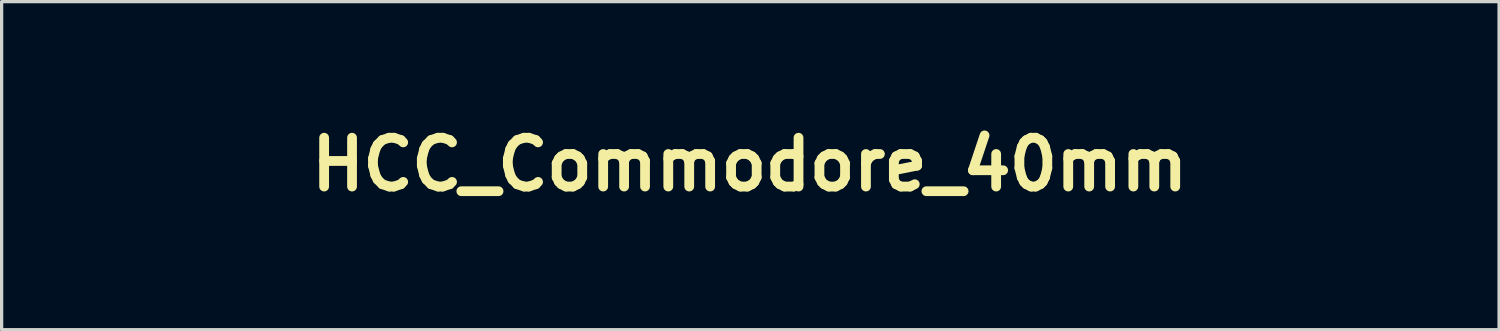
<source format=kicad_pcb>
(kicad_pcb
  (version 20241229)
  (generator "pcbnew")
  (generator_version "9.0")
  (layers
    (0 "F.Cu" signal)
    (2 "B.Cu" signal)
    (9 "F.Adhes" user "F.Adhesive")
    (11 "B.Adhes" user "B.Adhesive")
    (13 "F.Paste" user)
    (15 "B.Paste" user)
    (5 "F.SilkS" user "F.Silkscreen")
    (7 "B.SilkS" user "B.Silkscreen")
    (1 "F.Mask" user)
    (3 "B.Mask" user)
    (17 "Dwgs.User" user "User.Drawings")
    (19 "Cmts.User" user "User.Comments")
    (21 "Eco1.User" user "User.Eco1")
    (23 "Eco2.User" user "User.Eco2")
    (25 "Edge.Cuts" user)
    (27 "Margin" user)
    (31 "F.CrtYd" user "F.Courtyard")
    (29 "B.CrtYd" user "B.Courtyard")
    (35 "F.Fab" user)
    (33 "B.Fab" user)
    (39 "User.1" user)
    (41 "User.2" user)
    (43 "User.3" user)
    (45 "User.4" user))
  (footprint "HCC_Commodore_40mm"
    (layer "F.Cu")
    (at 19.978 2.002)
    (property "Reference" "HCC_Commodore_40mm" (at 0 0 0) (layer "F.SilkS") (effects (font (size 1.5 1.5) (thickness 0.3))))
    (attr board_only exclude_from_pos_files exclude_from_bom)
    (fp_poly (pts (xy 17.1 -0.5) (xy 17.096 -0.376) (xy 17.078 -0.314) (xy 17.037 -0.293) (xy 17.011 -0.292) (xy 16.816 -0.26) (xy 16.616 -0.177) (xy 16.454 -0.06) (xy 16.452 -0.058) (xy 16.379 0.027) (xy 16.323 0.126) (xy 16.282 0.251) (xy 16.254 0.414) (xy 16.236 0.625) (xy 16.227 0.897) (xy 16.224 1.228) (xy 16.224 2.002) (xy 16.016 2.002) (xy 15.807 2.002) (xy 15.807 0.667) (xy 15.807 -0.667) (xy 16.016 -0.667) (xy 16.139 -0.665) (xy 16.201 -0.648) (xy 16.222 -0.604) (xy 16.224 -0.545) (xy 16.224 -0.423) (xy 16.462 -0.566) (xy 16.63 -0.655) (xy 16.773 -0.699) (xy 16.9 -0.709) (xy 17.1 -0.709)) (stroke (width 0) (type solid)) (fill yes) (layer "F.Mask"))
    (fp_poly (pts (xy -19.311 -1.351) (xy -19.31 -1.105) (xy -19.307 -0.931) (xy -19.301 -0.818) (xy -19.29 -0.754) (xy -19.273 -0.727) (xy -19.248 -0.727) (xy -19.238 -0.731) (xy -19.017 -0.815) (xy -18.835 -0.86) (xy -18.664 -0.87) (xy -18.601 -0.867) (xy -18.333 -0.816) (xy -18.092 -0.707) (xy -17.899 -0.552) (xy -17.847 -0.488) (xy -17.77 -0.372) (xy -17.711 -0.254) (xy -17.667 -0.12) (xy -17.636 0.042) (xy -17.616 0.244) (xy -17.605 0.499) (xy -17.601 0.82) (xy -17.601 0.967) (xy -17.601 1.835) (xy -17.931 1.835) (xy -18.261 1.835) (xy -18.275 0.97) (xy -18.281 0.649) (xy -18.291 0.401) (xy -18.307 0.214) (xy -18.331 0.079) (xy -18.366 -0.017) (xy -18.416 -0.083) (xy -18.482 -0.13) (xy -18.563 -0.168) (xy -18.716 -0.2) (xy -18.889 -0.189) (xy -19.044 -0.141) (xy -19.111 -0.097) (xy -19.177 -0.03) (xy -19.226 0.049) (xy -19.262 0.15) (xy -19.286 0.287) (xy -19.301 0.47) (xy -19.309 0.713) (xy -19.311 1.026) (xy -19.311 1.041) (xy -19.311 1.835) (xy -19.644 1.835) (xy -19.978 1.835) (xy -19.978 -0.083) (xy -19.978 -2.002) (xy -19.644 -2.002) (xy -19.311 -2.002)) (stroke (width 0) (type solid)) (fill yes) (layer "F.Mask"))
    (fp_poly (pts (xy 7.862 -0.69) (xy 8.103 -0.625) (xy 8.316 -0.506) (xy 8.512 -0.336) (xy 8.721 -0.072) (xy 8.859 0.225) (xy 8.927 0.543) (xy 8.922 0.869) (xy 8.845 1.188) (xy 8.695 1.489) (xy 8.638 1.57) (xy 8.436 1.771) (xy 8.182 1.926) (xy 7.896 2.028) (xy 7.599 2.07) (xy 7.311 2.045) (xy 7.255 2.031) (xy 6.963 1.907) (xy 6.701 1.714) (xy 6.486 1.466) (xy 6.366 1.256) (xy 6.299 1.036) (xy 6.271 0.772) (xy 6.274 0.679) (xy 6.715 0.679) (xy 6.753 0.97) (xy 6.862 1.224) (xy 7.039 1.434) (xy 7.278 1.592) (xy 7.491 1.651) (xy 7.725 1.647) (xy 7.951 1.581) (xy 8.054 1.525) (xy 8.259 1.343) (xy 8.401 1.12) (xy 8.477 0.87) (xy 8.488 0.608) (xy 8.432 0.348) (xy 8.307 0.104) (xy 8.181 -0.047) (xy 7.976 -0.214) (xy 7.769 -0.301) (xy 7.547 -0.313) (xy 7.425 -0.292) (xy 7.186 -0.194) (xy 6.987 -0.031) (xy 6.836 0.185) (xy 6.742 0.44) (xy 6.715 0.679) (xy 6.274 0.679) (xy 6.281 0.496) (xy 6.329 0.237) (xy 6.385 0.082) (xy 6.544 -0.193) (xy 6.739 -0.403) (xy 6.986 -0.566) (xy 7.016 -0.582) (xy 7.18 -0.655) (xy 7.323 -0.694) (xy 7.489 -0.708) (xy 7.569 -0.709)) (stroke (width 0) (type solid)) (fill yes) (layer "F.Mask"))
    (fp_poly (pts (xy 14.175 -0.685) (xy 14.435 -0.608) (xy 14.666 -0.47) (xy 14.762 -0.39) (xy 14.979 -0.149) (xy 15.124 0.126) (xy 15.202 0.445) (xy 15.215 0.585) (xy 15.206 0.922) (xy 15.134 1.218) (xy 14.993 1.489) (xy 14.936 1.568) (xy 14.734 1.771) (xy 14.48 1.927) (xy 14.193 2.029) (xy 13.895 2.07) (xy 13.607 2.045) (xy 13.553 2.031) (xy 13.261 1.907) (xy 12.999 1.714) (xy 12.784 1.466) (xy 12.664 1.256) (xy 12.597 1.036) (xy 12.568 0.772) (xy 12.572 0.679) (xy 13.013 0.679) (xy 13.051 0.97) (xy 13.16 1.224) (xy 13.337 1.434) (xy 13.576 1.592) (xy 13.789 1.651) (xy 14.023 1.647) (xy 14.249 1.581) (xy 14.352 1.525) (xy 14.557 1.343) (xy 14.698 1.12) (xy 14.775 0.87) (xy 14.786 0.608) (xy 14.729 0.348) (xy 14.605 0.104) (xy 14.479 -0.047) (xy 14.274 -0.214) (xy 14.067 -0.301) (xy 13.844 -0.313) (xy 13.723 -0.292) (xy 13.484 -0.194) (xy 13.285 -0.031) (xy 13.133 0.185) (xy 13.04 0.44) (xy 13.013 0.679) (xy 12.572 0.679) (xy 12.579 0.496) (xy 12.627 0.237) (xy 12.683 0.082) (xy 12.842 -0.193) (xy 13.037 -0.403) (xy 13.284 -0.566) (xy 13.314 -0.582) (xy 13.478 -0.655) (xy 13.621 -0.694) (xy 13.787 -0.708) (xy 13.867 -0.709)) (stroke (width 0) (type solid)) (fill yes) (layer "F.Mask"))
    (fp_poly (pts (xy 12.012 0.083) (xy 12.012 2.002) (xy 11.782 2.002) (xy 11.553 2.002) (xy 11.553 1.811) (xy 11.553 1.62) (xy 11.423 1.75) (xy 11.202 1.917) (xy 10.94 2.027) (xy 10.66 2.076) (xy 10.385 2.057) (xy 10.281 2.03) (xy 9.964 1.885) (xy 9.707 1.683) (xy 9.51 1.424) (xy 9.378 1.116) (xy 9.314 0.777) (xy 9.317 0.688) (xy 9.761 0.688) (xy 9.796 0.977) (xy 9.903 1.227) (xy 10.05 1.411) (xy 10.262 1.569) (xy 10.499 1.654) (xy 10.748 1.661) (xy 10.96 1.604) (xy 11.186 1.465) (xy 11.372 1.26) (xy 11.441 1.147) (xy 11.503 0.968) (xy 11.531 0.749) (xy 11.525 0.523) (xy 11.484 0.324) (xy 11.453 0.25) (xy 11.306 0.033) (xy 11.12 -0.142) (xy 10.917 -0.256) (xy 10.874 -0.271) (xy 10.623 -0.306) (xy 10.387 -0.267) (xy 10.175 -0.161) (xy 9.997 0.003) (xy 9.862 0.217) (xy 9.781 0.472) (xy 9.761 0.688) (xy 9.317 0.688) (xy 9.325 0.446) (xy 9.407 0.136) (xy 9.555 -0.144) (xy 9.766 -0.383) (xy 10.034 -0.568) (xy 10.061 -0.582) (xy 10.225 -0.655) (xy 10.368 -0.694) (xy 10.534 -0.707) (xy 10.611 -0.708) (xy 10.891 -0.684) (xy 11.127 -0.605) (xy 11.346 -0.463) (xy 11.399 -0.418) (xy 11.553 -0.283) (xy 11.553 -1.059) (xy 11.553 -1.835) (xy 11.782 -1.835) (xy 12.012 -1.835)) (stroke (width 0) (type solid)) (fill yes) (layer "F.Mask"))
    (fp_poly (pts (xy -10.319 -1.918) (xy -10.118 -1.835) (xy -10.099 -1.823) (xy -9.88 -1.634) (xy -9.727 -1.41) (xy -9.638 -1.164) (xy -9.614 -0.908) (xy -9.653 -0.655) (xy -9.755 -0.418) (xy -9.92 -0.211) (xy -10.146 -0.046) (xy -10.174 -0.031) (xy -10.43 0.058) (xy -10.701 0.085) (xy -10.962 0.047) (xy -11.074 0.005) (xy -11.307 -0.141) (xy -11.481 -0.332) (xy -11.493 -0.355) (xy -10.719 -0.355) (xy -10.699 -0.273) (xy -10.635 -0.25) (xy -10.57 -0.275) (xy -10.552 -0.355) (xy -10.572 -0.436) (xy -10.635 -0.459) (xy -10.701 -0.434) (xy -10.719 -0.355) (xy -11.493 -0.355) (xy -11.599 -0.557) (xy -11.659 -0.801) (xy -11.662 -1.052) (xy -11.651 -1.105) (xy -10.719 -1.105) (xy -10.718 -0.899) (xy -10.714 -0.762) (xy -10.704 -0.681) (xy -10.685 -0.64) (xy -10.656 -0.627) (xy -10.635 -0.626) (xy -10.6 -0.631) (xy -10.576 -0.655) (xy -10.562 -0.714) (xy -10.555 -0.82) (xy -10.552 -0.988) (xy -10.552 -1.105) (xy -10.553 -1.311) (xy -10.557 -1.448) (xy -10.567 -1.53) (xy -10.586 -1.57) (xy -10.615 -1.584) (xy -10.635 -1.585) (xy -10.671 -1.58) (xy -10.695 -1.555) (xy -10.709 -1.497) (xy -10.716 -1.391) (xy -10.719 -1.223) (xy -10.719 -1.105) (xy -11.651 -1.105) (xy -11.609 -1.297) (xy -11.5 -1.523) (xy -11.335 -1.716) (xy -11.114 -1.864) (xy -11.032 -1.9) (xy -10.807 -1.953) (xy -10.559 -1.958)) (stroke (width 0) (type solid)) (fill yes) (layer "F.Mask"))
    (fp_poly (pts (xy -7.153 -0.69) (xy -6.912 -0.625) (xy -6.699 -0.506) (xy -6.503 -0.337) (xy -6.384 -0.206) (xy -6.286 -0.078) (xy -6.227 0.022) (xy -6.224 0.031) (xy -6.177 0.167) (xy -6.398 0.167) (xy -6.52 0.163) (xy -6.608 0.141) (xy -6.69 0.089) (xy -6.793 -0.007) (xy -6.824 -0.037) (xy -7.027 -0.206) (xy -7.228 -0.297) (xy -7.441 -0.316) (xy -7.592 -0.292) (xy -7.836 -0.193) (xy -8.036 -0.029) (xy -8.186 0.187) (xy -8.276 0.445) (xy -8.299 0.677) (xy -8.263 0.975) (xy -8.158 1.227) (xy -7.987 1.431) (xy -7.751 1.583) (xy -7.73 1.592) (xy -7.507 1.65) (xy -7.274 1.643) (xy -7.051 1.576) (xy -6.86 1.455) (xy -6.722 1.29) (xy -6.675 1.221) (xy -6.618 1.184) (xy -6.525 1.17) (xy -6.413 1.168) (xy -6.284 1.173) (xy -6.197 1.186) (xy -6.173 1.199) (xy -6.193 1.249) (xy -6.243 1.348) (xy -6.3 1.452) (xy -6.479 1.683) (xy -6.713 1.867) (xy -6.987 1.996) (xy -7.282 2.065) (xy -7.583 2.066) (xy -7.76 2.031) (xy -8.052 1.907) (xy -8.313 1.714) (xy -8.529 1.466) (xy -8.648 1.256) (xy -8.716 1.036) (xy -8.744 0.772) (xy -8.734 0.496) (xy -8.686 0.237) (xy -8.629 0.082) (xy -8.471 -0.193) (xy -8.276 -0.403) (xy -8.029 -0.566) (xy -7.999 -0.582) (xy -7.835 -0.655) (xy -7.692 -0.694) (xy -7.526 -0.708) (xy -7.446 -0.709)) (stroke (width 0) (type solid)) (fill yes) (layer "F.Mask"))
    (fp_poly (pts (xy -12.91 -0.847) (xy -12.793 -0.818) (xy -12.53 -0.704) (xy -12.294 -0.532) (xy -12.102 -0.316) (xy -11.972 -0.075) (xy -11.95 -0.01) (xy -11.94 0.035) (xy -11.954 0.063) (xy -12.006 0.077) (xy -12.113 0.083) (xy -12.274 0.083) (xy -12.448 0.082) (xy -12.562 0.073) (xy -12.64 0.049) (xy -12.708 0.003) (xy -12.777 -0.059) (xy -12.966 -0.188) (xy -13.168 -0.241) (xy -13.369 -0.221) (xy -13.556 -0.131) (xy -13.716 0.025) (xy -13.81 0.186) (xy -13.874 0.411) (xy -13.872 0.638) (xy -13.811 0.852) (xy -13.699 1.038) (xy -13.545 1.183) (xy -13.355 1.272) (xy -13.196 1.293) (xy -13.072 1.268) (xy -12.928 1.207) (xy -12.796 1.126) (xy -12.711 1.043) (xy -12.711 1.042) (xy -12.676 1.002) (xy -12.62 0.977) (xy -12.524 0.964) (xy -12.371 0.96) (xy -12.291 0.959) (xy -12.116 0.96) (xy -12.009 0.965) (xy -11.956 0.979) (xy -11.941 1.006) (xy -11.95 1.05) (xy -11.951 1.053) (xy -12.032 1.24) (xy -12.158 1.433) (xy -12.301 1.595) (xy -12.333 1.622) (xy -12.563 1.764) (xy -12.841 1.859) (xy -13.141 1.901) (xy -13.439 1.888) (xy -13.589 1.856) (xy -13.894 1.73) (xy -14.149 1.543) (xy -14.349 1.303) (xy -14.488 1.019) (xy -14.561 0.703) (xy -14.562 0.361) (xy -14.55 0.277) (xy -14.461 -0.042) (xy -14.306 -0.319) (xy -14.097 -0.548) (xy -13.842 -0.721) (xy -13.553 -0.833) (xy -13.239 -0.877)) (stroke (width 0) (type solid)) (fill yes) (layer "F.Mask"))
    (fp_poly (pts (xy -15.69 -0.827) (xy -15.423 -0.755) (xy -15.201 -0.628) (xy -15.012 -0.439) (xy -14.9 -0.282) (xy -14.805 -0.122) (xy -14.765 -0.017) (xy -14.785 0.044) (xy -14.874 0.074) (xy -15.037 0.083) (xy -15.112 0.083) (xy -15.286 0.081) (xy -15.399 0.071) (xy -15.472 0.048) (xy -15.529 0.006) (xy -15.56 -0.025) (xy -15.739 -0.167) (xy -15.931 -0.235) (xy -16.123 -0.235) (xy -16.304 -0.172) (xy -16.462 -0.053) (xy -16.586 0.117) (xy -16.663 0.332) (xy -16.683 0.53) (xy -16.661 0.751) (xy -16.585 0.929) (xy -16.443 1.093) (xy -16.415 1.118) (xy -16.222 1.239) (xy -16.017 1.281) (xy -15.815 1.245) (xy -15.626 1.131) (xy -15.577 1.083) (xy -15.513 1.022) (xy -15.451 0.985) (xy -15.368 0.967) (xy -15.241 0.96) (xy -15.111 0.959) (xy -14.94 0.961) (xy -14.836 0.969) (xy -14.784 0.987) (xy -14.766 1.019) (xy -14.765 1.035) (xy -14.79 1.124) (xy -14.858 1.25) (xy -14.952 1.391) (xy -15.057 1.524) (xy -15.124 1.593) (xy -15.326 1.733) (xy -15.581 1.835) (xy -15.863 1.893) (xy -16.148 1.903) (xy -16.402 1.862) (xy -16.698 1.737) (xy -16.951 1.548) (xy -17.153 1.306) (xy -17.296 1.022) (xy -17.374 0.705) (xy -17.382 0.396) (xy -17.315 0.058) (xy -17.176 -0.242) (xy -16.968 -0.498) (xy -16.696 -0.703) (xy -16.63 -0.739) (xy -16.515 -0.794) (xy -16.411 -0.827) (xy -16.29 -0.845) (xy -16.127 -0.851) (xy -16.016 -0.851)) (stroke (width 0) (type solid)) (fill yes) (layer "F.Mask"))
    (fp_poly (pts (xy -4.17 -0.67) (xy -3.871 -0.557) (xy -3.612 -0.373) (xy -3.4 -0.122) (xy -3.313 0.029) (xy -3.254 0.154) (xy -3.218 0.264) (xy -3.199 0.385) (xy -3.191 0.546) (xy -3.191 0.667) (xy -3.194 0.87) (xy -3.207 1.018) (xy -3.236 1.139) (xy -3.284 1.261) (xy -3.3 1.297) (xy -3.475 1.578) (xy -3.705 1.803) (xy -3.941 1.945) (xy -4.168 2.021) (xy -4.422 2.062) (xy -4.667 2.064) (xy -4.807 2.042) (xy -5.12 1.923) (xy -5.388 1.735) (xy -5.603 1.484) (xy -5.709 1.297) (xy -5.763 1.17) (xy -5.796 1.051) (xy -5.812 0.914) (xy -5.818 0.729) (xy -5.818 0.667) (xy -5.816 0.564) (xy -5.373 0.564) (xy -5.373 0.734) (xy -5.329 1.022) (xy -5.225 1.255) (xy -5.058 1.44) (xy -4.885 1.552) (xy -4.664 1.641) (xy -4.46 1.661) (xy -4.247 1.611) (xy -4.146 1.568) (xy -3.931 1.425) (xy -3.766 1.226) (xy -3.657 0.986) (xy -3.611 0.721) (xy -3.632 0.446) (xy -3.667 0.316) (xy -3.779 0.102) (xy -3.95 -0.086) (xy -4.156 -0.225) (xy -4.281 -0.275) (xy -4.422 -0.311) (xy -4.53 -0.318) (xy -4.649 -0.296) (xy -4.729 -0.274) (xy -4.93 -0.19) (xy -5.092 -0.055) (xy -5.103 -0.043) (xy -5.252 0.15) (xy -5.339 0.343) (xy -5.373 0.564) (xy -5.816 0.564) (xy -5.815 0.471) (xy -5.803 0.329) (xy -5.777 0.216) (xy -5.731 0.102) (xy -5.695 0.029) (xy -5.509 -0.255) (xy -5.274 -0.473) (xy -4.995 -0.622) (xy -4.677 -0.698) (xy -4.504 -0.708)) (stroke (width 0) (type solid)) (fill yes) (layer "F.Mask"))
    (fp_poly (pts (xy 3.356 -0.677) (xy 3.585 -0.578) (xy 3.769 -0.424) (xy 3.889 -0.298) (xy 3.989 -0.417) (xy 4.168 -0.574) (xy 4.392 -0.669) (xy 4.667 -0.705) (xy 4.79 -0.703) (xy 5.051 -0.672) (xy 5.252 -0.597) (xy 5.413 -0.47) (xy 5.55 -0.278) (xy 5.569 -0.246) (xy 5.693 -0.021) (xy 5.707 0.991) (xy 5.72 2.002) (xy 5.49 2.002) (xy 5.259 2.002) (xy 5.247 1.004) (xy 5.234 0.005) (xy 5.111 -0.123) (xy 4.938 -0.251) (xy 4.743 -0.308) (xy 4.544 -0.298) (xy 4.357 -0.225) (xy 4.2 -0.092) (xy 4.09 0.096) (xy 4.09 0.097) (xy 4.075 0.179) (xy 4.063 0.333) (xy 4.053 0.549) (xy 4.048 0.815) (xy 4.046 1.108) (xy 4.046 2.002) (xy 3.816 2.002) (xy 3.587 2.002) (xy 3.587 1.053) (xy 3.586 0.744) (xy 3.584 0.507) (xy 3.579 0.33) (xy 3.571 0.202) (xy 3.559 0.111) (xy 3.542 0.045) (xy 3.518 -0.007) (xy 3.505 -0.029) (xy 3.369 -0.192) (xy 3.197 -0.282) (xy 2.998 -0.308) (xy 2.803 -0.281) (xy 2.641 -0.193) (xy 2.49 -0.034) (xy 2.484 -0.026) (xy 2.456 0.016) (xy 2.435 0.067) (xy 2.419 0.136) (xy 2.408 0.236) (xy 2.399 0.378) (xy 2.393 0.573) (xy 2.389 0.833) (xy 2.386 1.046) (xy 2.373 2.002) (xy 2.146 2.002) (xy 1.919 2.002) (xy 1.919 0.667) (xy 1.919 -0.667) (xy 2.127 -0.667) (xy 2.251 -0.665) (xy 2.312 -0.648) (xy 2.333 -0.604) (xy 2.336 -0.542) (xy 2.342 -0.448) (xy 2.371 -0.425) (xy 2.435 -0.47) (xy 2.473 -0.505) (xy 2.655 -0.629) (xy 2.886 -0.695) (xy 3.087 -0.709)) (stroke (width 0) (type solid)) (fill yes) (layer "F.Mask"))
    (fp_poly (pts (xy -1.193 -0.68) (xy -0.96 -0.595) (xy -0.781 -0.461) (xy -0.74 -0.412) (xy -0.651 -0.291) (xy -0.503 -0.435) (xy -0.302 -0.59) (xy -0.077 -0.678) (xy 0.193 -0.708) (xy 0.218 -0.708) (xy 0.504 -0.676) (xy 0.74 -0.58) (xy 0.931 -0.417) (xy 0.946 -0.399) (xy 1.012 -0.312) (xy 1.064 -0.223) (xy 1.103 -0.121) (xy 1.131 0.007) (xy 1.149 0.17) (xy 1.161 0.381) (xy 1.166 0.652) (xy 1.168 0.993) (xy 1.168 1.037) (xy 1.168 2.002) (xy 0.959 2.002) (xy 0.751 2.002) (xy 0.751 1.121) (xy 0.748 0.778) (xy 0.741 0.493) (xy 0.728 0.272) (xy 0.712 0.122) (xy 0.702 0.075) (xy 0.61 -0.104) (xy 0.47 -0.23) (xy 0.298 -0.3) (xy 0.11 -0.314) (xy -0.078 -0.271) (xy -0.249 -0.168) (xy -0.379 -0.016) (xy -0.412 0.04) (xy -0.437 0.096) (xy -0.455 0.165) (xy -0.468 0.259) (xy -0.478 0.389) (xy -0.484 0.568) (xy -0.489 0.808) (xy -0.493 1.074) (xy -0.506 2.002) (xy -0.712 2.002) (xy -0.918 2.002) (xy -0.918 1.095) (xy -0.92 0.789) (xy -0.923 0.555) (xy -0.928 0.379) (xy -0.938 0.249) (xy -0.953 0.152) (xy -0.973 0.077) (xy -0.998 0.014) (xy -1.105 -0.156) (xy -1.251 -0.262) (xy -1.424 -0.314) (xy -1.616 -0.309) (xy -1.807 -0.238) (xy -1.972 -0.112) (xy -2.047 -0.016) (xy -2.08 0.04) (xy -2.105 0.096) (xy -2.124 0.165) (xy -2.137 0.259) (xy -2.146 0.389) (xy -2.152 0.568) (xy -2.157 0.808) (xy -2.161 1.074) (xy -2.175 2.002) (xy -2.38 2.002) (xy -2.586 2.002) (xy -2.586 0.667) (xy -2.586 -0.667) (xy -2.377 -0.667) (xy -2.254 -0.665) (xy -2.192 -0.648) (xy -2.171 -0.604) (xy -2.169 -0.545) (xy -2.169 -0.423) (xy -1.956 -0.566) (xy -1.826 -0.647) (xy -1.716 -0.69) (xy -1.588 -0.707) (xy -1.469 -0.709)) (stroke (width 0) (type solid)) (fill yes) (layer "F.Mask"))
    (fp_poly (pts (xy 18.901 -0.699) (xy 19.015 -0.672) (xy 19.139 -0.622) (xy 19.152 -0.616) (xy 19.448 -0.443) (xy 19.677 -0.224) (xy 19.844 0.047) (xy 19.952 0.376) (xy 19.958 0.402) (xy 19.988 0.552) (xy 20.01 0.674) (xy 20.019 0.74) (xy 20.019 0.74) (xy 20.001 0.757) (xy 19.942 0.769) (xy 19.834 0.779) (xy 19.669 0.786) (xy 19.441 0.79) (xy 19.143 0.792) (xy 18.894 0.792) (xy 18.546 0.792) (xy 18.274 0.793) (xy 18.069 0.798) (xy 17.923 0.808) (xy 17.83 0.827) (xy 17.78 0.856) (xy 17.765 0.899) (xy 17.779 0.956) (xy 17.812 1.032) (xy 17.847 1.105) (xy 17.994 1.338) (xy 18.184 1.51) (xy 18.403 1.62) (xy 18.639 1.665) (xy 18.878 1.643) (xy 19.107 1.551) (xy 19.313 1.388) (xy 19.33 1.369) (xy 19.433 1.259) (xy 19.511 1.199) (xy 19.594 1.174) (xy 19.709 1.168) (xy 19.727 1.168) (xy 19.852 1.17) (xy 19.911 1.184) (xy 19.924 1.218) (xy 19.913 1.262) (xy 19.81 1.479) (xy 19.645 1.686) (xy 19.439 1.86) (xy 19.268 1.956) (xy 19.016 2.033) (xy 18.73 2.065) (xy 18.45 2.05) (xy 18.316 2.022) (xy 18.017 1.9) (xy 17.77 1.722) (xy 17.575 1.499) (xy 17.434 1.242) (xy 17.348 0.962) (xy 17.319 0.67) (xy 17.344 0.417) (xy 17.8 0.417) (xy 18.636 0.417) (xy 18.892 0.415) (xy 19.118 0.411) (xy 19.302 0.404) (xy 19.43 0.395) (xy 19.491 0.385) (xy 19.494 0.383) (xy 19.486 0.332) (xy 19.444 0.233) (xy 19.392 0.135) (xy 19.238 -0.065) (xy 19.042 -0.212) (xy 18.822 -0.3) (xy 18.595 -0.319) (xy 18.448 -0.291) (xy 18.229 -0.188) (xy 18.038 -0.037) (xy 17.896 0.144) (xy 17.828 0.305) (xy 17.8 0.417) (xy 17.344 0.417) (xy 17.348 0.378) (xy 17.436 0.095) (xy 17.584 -0.166) (xy 17.795 -0.395) (xy 17.995 -0.539) (xy 18.131 -0.614) (xy 18.25 -0.66) (xy 18.385 -0.686) (xy 18.569 -0.7) (xy 18.581 -0.701) (xy 18.767 -0.707)) (stroke (width 0) (type solid)) (fill yes) (layer "F.Mask")))
  (gr_rect
    (start -3 -3)
    (end 42.997 7.078)
    (stroke (width 0.1) (type default))
    (fill no)
    (layer "Edge.Cuts")))
</source>
